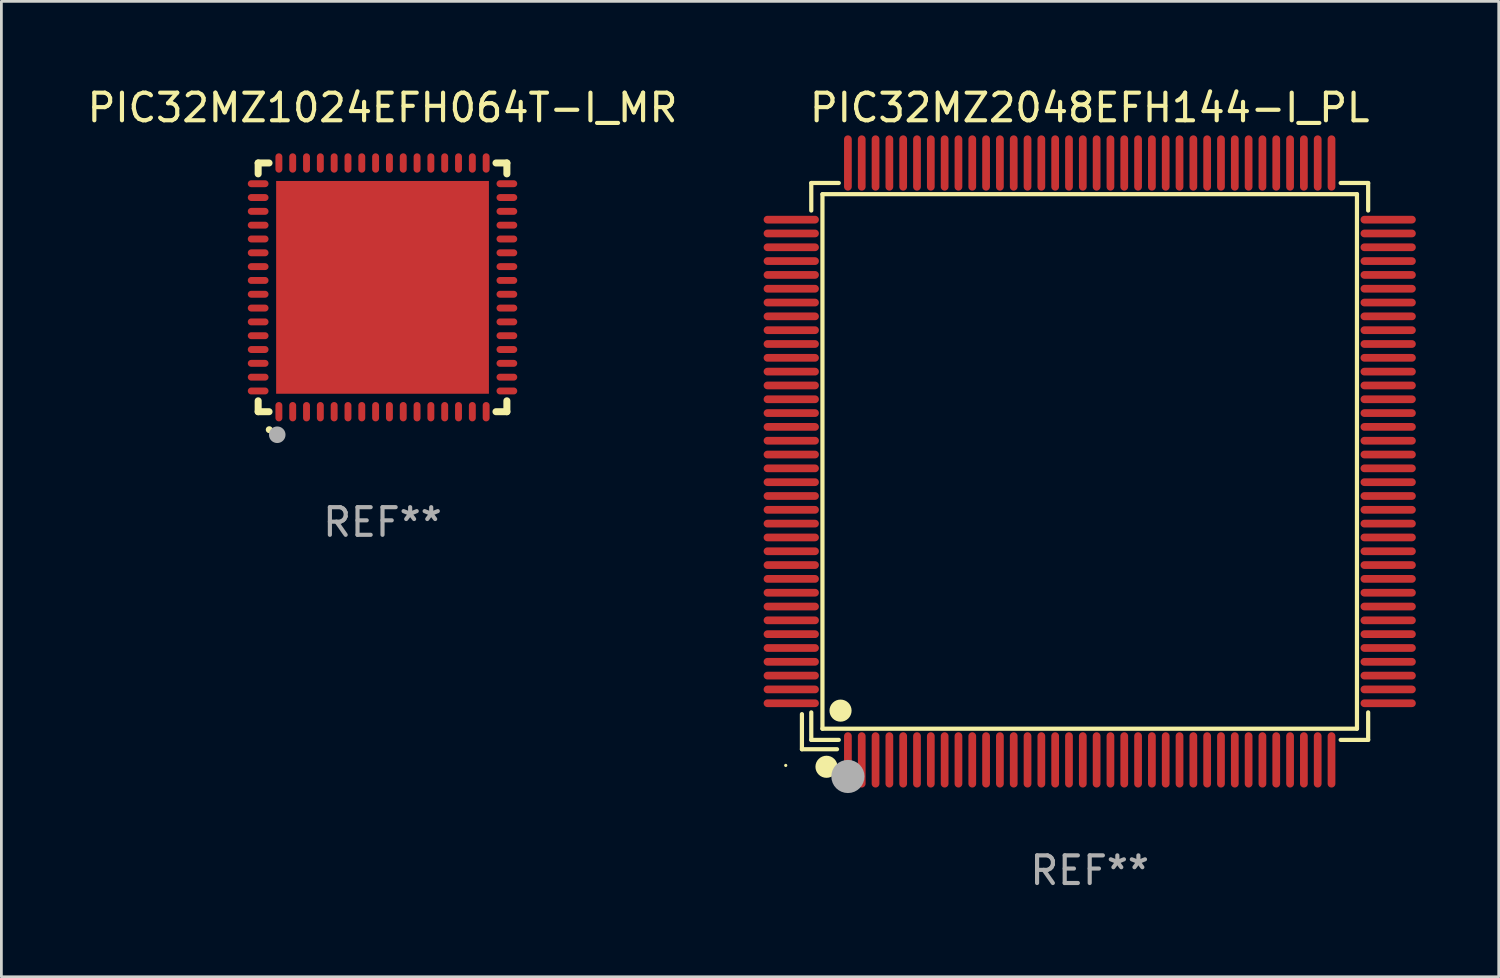
<source format=kicad_pcb>
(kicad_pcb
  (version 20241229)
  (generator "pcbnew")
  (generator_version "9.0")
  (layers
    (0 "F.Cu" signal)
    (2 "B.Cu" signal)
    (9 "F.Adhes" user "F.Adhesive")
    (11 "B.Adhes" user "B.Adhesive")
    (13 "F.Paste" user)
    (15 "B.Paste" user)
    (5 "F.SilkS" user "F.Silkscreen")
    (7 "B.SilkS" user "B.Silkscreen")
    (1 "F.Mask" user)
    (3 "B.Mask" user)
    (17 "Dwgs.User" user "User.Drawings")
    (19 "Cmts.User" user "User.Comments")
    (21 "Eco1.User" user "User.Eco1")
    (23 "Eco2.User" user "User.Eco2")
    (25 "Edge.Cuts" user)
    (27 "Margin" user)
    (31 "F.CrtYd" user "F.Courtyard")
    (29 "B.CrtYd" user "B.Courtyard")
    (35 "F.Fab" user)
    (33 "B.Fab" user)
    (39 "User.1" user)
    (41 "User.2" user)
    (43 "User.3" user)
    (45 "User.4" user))
  (footprint "PIC32MZ1024EFH064T-I_MR"
    (layer "F.Cu")
    (at 10.792 7.348)
    (property "Reference" "PIC32MZ1024EFH064T-I_MR" (at 0 -6.5 0) (layer "F.SilkS") (effects (font (size 1 1) (thickness 0.15))))
    (attr through_hole)
    (fp_line (start -4.5 -4.5) (end -4.106 -4.5) (stroke (width 0.254) (type solid)) (layer "F.SilkS"))
    (fp_line (start -4.5 -4.106) (end -4.5 -4.5) (stroke (width 0.254) (type solid)) (layer "F.SilkS"))
    (fp_line (start -4.5 4.5) (end -4.5 4.106) (stroke (width 0.254) (type solid)) (layer "F.SilkS"))
    (fp_line (start -4.106 4.5) (end -4.5 4.5) (stroke (width 0.254) (type solid)) (layer "F.SilkS"))
    (fp_line (start 4.106 -4.5) (end 4.5 -4.5) (stroke (width 0.254) (type solid)) (layer "F.SilkS"))
    (fp_line (start 4.5 -4.5) (end 4.5 -4.106) (stroke (width 0.254) (type solid)) (layer "F.SilkS"))
    (fp_line (start 4.5 4.106) (end 4.5 4.5) (stroke (width 0.254) (type solid)) (layer "F.SilkS"))
    (fp_line (start 4.5 4.5) (end 4.106 4.5) (stroke (width 0.254) (type solid)) (layer "F.SilkS"))
    (fp_arc (start -4.099987 5.149898) (mid -4.098717 5.149892) (end -4.097447 5.149898) (stroke (width 0.24892) (type solid)) (layer "F.SilkS"))
    (fp_circle (center -4.5 4.5) (end -4.47 4.5) (stroke (width 0.06) (type solid)) (fill no) (layer "F.SilkS"))
    (fp_circle (center -3.81 5.334) (end -3.66 5.334) (stroke (width 0.3) (type solid)) (fill no) (layer "F.Fab"))
    (fp_text user "REF**" (at 0 8.5 0) (layer "F.Fab") (effects (font (size 1 1) (thickness 0.15))))
    (pad "1" smd oval (at -3.75 4.5) (size 0.25 0.7) (layers "F.Cu" "F.Mask" "F.Paste"))
    (pad "2" smd oval (at -3.25 4.5) (size 0.25 0.7) (layers "F.Cu" "F.Mask" "F.Paste"))
    (pad "3" smd oval (at -2.75 4.5) (size 0.25 0.7) (layers "F.Cu" "F.Mask" "F.Paste"))
    (pad "4" smd oval (at -2.25 4.5) (size 0.25 0.7) (layers "F.Cu" "F.Mask" "F.Paste"))
    (pad "5" smd oval (at -1.75 4.5) (size 0.25 0.7) (layers "F.Cu" "F.Mask" "F.Paste"))
    (pad "6" smd oval (at -1.25 4.5) (size 0.25 0.7) (layers "F.Cu" "F.Mask" "F.Paste"))
    (pad "7" smd oval (at -0.75 4.5) (size 0.25 0.7) (layers "F.Cu" "F.Mask" "F.Paste"))
    (pad "8" smd oval (at -0.25 4.5) (size 0.25 0.7) (layers "F.Cu" "F.Mask" "F.Paste"))
    (pad "9" smd oval (at 0.25 4.5) (size 0.25 0.7) (layers "F.Cu" "F.Mask" "F.Paste"))
    (pad "10" smd oval (at 0.75 4.5) (size 0.25 0.7) (layers "F.Cu" "F.Mask" "F.Paste"))
    (pad "11" smd oval (at 1.25 4.5) (size 0.25 0.7) (layers "F.Cu" "F.Mask" "F.Paste"))
    (pad "12" smd oval (at 1.75 4.5) (size 0.25 0.7) (layers "F.Cu" "F.Mask" "F.Paste"))
    (pad "13" smd oval (at 2.25 4.5) (size 0.25 0.7) (layers "F.Cu" "F.Mask" "F.Paste"))
    (pad "14" smd oval (at 2.75 4.5) (size 0.25 0.7) (layers "F.Cu" "F.Mask" "F.Paste"))
    (pad "15" smd oval (at 3.25 4.5) (size 0.25 0.7) (layers "F.Cu" "F.Mask" "F.Paste"))
    (pad "16" smd oval (at 3.75 4.5) (size 0.25 0.7) (layers "F.Cu" "F.Mask" "F.Paste"))
    (pad "17" smd oval (at 4.5 3.75) (size 0.75 0.25) (layers "F.Cu" "F.Mask" "F.Paste"))
    (pad "18" smd oval (at 4.5 3.25) (size 0.75 0.25) (layers "F.Cu" "F.Mask" "F.Paste"))
    (pad "19" smd oval (at 4.5 2.75) (size 0.75 0.25) (layers "F.Cu" "F.Mask" "F.Paste"))
    (pad "20" smd oval (at 4.5 2.25) (size 0.75 0.25) (layers "F.Cu" "F.Mask" "F.Paste"))
    (pad "21" smd oval (at 4.5 1.75) (size 0.75 0.25) (layers "F.Cu" "F.Mask" "F.Paste"))
    (pad "22" smd oval (at 4.5 1.25) (size 0.75 0.25) (layers "F.Cu" "F.Mask" "F.Paste"))
    (pad "23" smd oval (at 4.5 0.75) (size 0.75 0.25) (layers "F.Cu" "F.Mask" "F.Paste"))
    (pad "24" smd oval (at 4.5 0.25) (size 0.75 0.25) (layers "F.Cu" "F.Mask" "F.Paste"))
    (pad "25" smd oval (at 4.5 -0.25) (size 0.75 0.25) (layers "F.Cu" "F.Mask" "F.Paste"))
    (pad "26" smd oval (at 4.5 -0.75) (size 0.75 0.25) (layers "F.Cu" "F.Mask" "F.Paste"))
    (pad "27" smd oval (at 4.5 -1.25) (size 0.75 0.25) (layers "F.Cu" "F.Mask" "F.Paste"))
    (pad "28" smd oval (at 4.5 -1.75) (size 0.75 0.25) (layers "F.Cu" "F.Mask" "F.Paste"))
    (pad "29" smd oval (at 4.5 -2.25) (size 0.75 0.25) (layers "F.Cu" "F.Mask" "F.Paste"))
    (pad "30" smd oval (at 4.5 -2.75) (size 0.75 0.25) (layers "F.Cu" "F.Mask" "F.Paste"))
    (pad "31" smd oval (at 4.5 -3.25) (size 0.75 0.25) (layers "F.Cu" "F.Mask" "F.Paste"))
    (pad "32" smd oval (at 4.5 -3.75) (size 0.75 0.25) (layers "F.Cu" "F.Mask" "F.Paste"))
    (pad "33" smd oval (at 3.75 -4.5) (size 0.25 0.7) (layers "F.Cu" "F.Mask" "F.Paste"))
    (pad "34" smd oval (at 3.25 -4.5) (size 0.25 0.7) (layers "F.Cu" "F.Mask" "F.Paste"))
    (pad "35" smd oval (at 2.75 -4.5) (size 0.25 0.7) (layers "F.Cu" "F.Mask" "F.Paste"))
    (pad "36" smd oval (at 2.25 -4.5) (size 0.25 0.7) (layers "F.Cu" "F.Mask" "F.Paste"))
    (pad "37" smd oval (at 1.75 -4.5) (size 0.25 0.7) (layers "F.Cu" "F.Mask" "F.Paste"))
    (pad "38" smd oval (at 1.25 -4.5) (size 0.25 0.7) (layers "F.Cu" "F.Mask" "F.Paste"))
    (pad "39" smd oval (at 0.75 -4.5) (size 0.25 0.7) (layers "F.Cu" "F.Mask" "F.Paste"))
    (pad "40" smd oval (at 0.25 -4.5) (size 0.25 0.7) (layers "F.Cu" "F.Mask" "F.Paste"))
    (pad "41" smd oval (at -0.25 -4.5) (size 0.25 0.7) (layers "F.Cu" "F.Mask" "F.Paste"))
    (pad "42" smd oval (at -0.75 -4.5) (size 0.25 0.7) (layers "F.Cu" "F.Mask" "F.Paste"))
    (pad "43" smd oval (at -1.25 -4.5) (size 0.25 0.7) (layers "F.Cu" "F.Mask" "F.Paste"))
    (pad "44" smd oval (at -1.75 -4.5) (size 0.25 0.7) (layers "F.Cu" "F.Mask" "F.Paste"))
    (pad "45" smd oval (at -2.25 -4.5) (size 0.25 0.7) (layers "F.Cu" "F.Mask" "F.Paste"))
    (pad "46" smd oval (at -2.75 -4.5) (size 0.25 0.7) (layers "F.Cu" "F.Mask" "F.Paste"))
    (pad "47" smd oval (at -3.25 -4.5) (size 0.25 0.7) (layers "F.Cu" "F.Mask" "F.Paste"))
    (pad "48" smd oval (at -3.75 -4.5) (size 0.25 0.7) (layers "F.Cu" "F.Mask" "F.Paste"))
    (pad "49" smd oval (at -4.5 -3.75) (size 0.75 0.25) (layers "F.Cu" "F.Mask" "F.Paste"))
    (pad "50" smd oval (at -4.5 -3.25) (size 0.75 0.25) (layers "F.Cu" "F.Mask" "F.Paste"))
    (pad "51" smd oval (at -4.5 -2.75) (size 0.75 0.25) (layers "F.Cu" "F.Mask" "F.Paste"))
    (pad "52" smd oval (at -4.5 -2.25) (size 0.75 0.25) (layers "F.Cu" "F.Mask" "F.Paste"))
    (pad "53" smd oval (at -4.5 -1.75) (size 0.75 0.25) (layers "F.Cu" "F.Mask" "F.Paste"))
    (pad "54" smd oval (at -4.5 -1.25) (size 0.75 0.25) (layers "F.Cu" "F.Mask" "F.Paste"))
    (pad "55" smd oval (at -4.5 -0.75) (size 0.75 0.25) (layers "F.Cu" "F.Mask" "F.Paste"))
    (pad "56" smd oval (at -4.5 -0.25) (size 0.75 0.25) (layers "F.Cu" "F.Mask" "F.Paste"))
    (pad "57" smd oval (at -4.5 0.25) (size 0.75 0.25) (layers "F.Cu" "F.Mask" "F.Paste"))
    (pad "58" smd oval (at -4.5 0.75) (size 0.75 0.25) (layers "F.Cu" "F.Mask" "F.Paste"))
    (pad "59" smd oval (at -4.5 1.25) (size 0.75 0.25) (layers "F.Cu" "F.Mask" "F.Paste"))
    (pad "60" smd oval (at -4.5 1.75) (size 0.75 0.25) (layers "F.Cu" "F.Mask" "F.Paste"))
    (pad "61" smd oval (at -4.5 2.25) (size 0.75 0.25) (layers "F.Cu" "F.Mask" "F.Paste"))
    (pad "62" smd oval (at -4.5 2.75) (size 0.75 0.25) (layers "F.Cu" "F.Mask" "F.Paste"))
    (pad "63" smd oval (at -4.5 3.25) (size 0.75 0.25) (layers "F.Cu" "F.Mask" "F.Paste"))
    (pad "64" smd oval (at -4.5 3.75) (size 0.75 0.25) (layers "F.Cu" "F.Mask" "F.Paste"))
    (pad "65" smd rect (at 0.000394 -0.000013) (size 7.7 7.7) (layers "F.Cu" "F.Mask" "F.Paste")))
  (footprint "PIC32MZ2048EFH144-I_PL"
    (layer "F.Cu")
    (at 36.383 13.648)
    (property "Reference" "PIC32MZ2048EFH144-I_PL" (at 0 -12.8 0) (layer "F.SilkS") (effects (font (size 1 1) (thickness 0.15))))
    (attr through_hole)
    (fp_line (start -10.414 9.144) (end -10.414 10.414) (stroke (width 0.152) (type solid)) (layer "F.SilkS"))
    (fp_line (start -10.414 10.414) (end -9.144 10.414) (stroke (width 0.152) (type solid)) (layer "F.SilkS"))
    (fp_line (start -10.076 -10.076) (end -9.08 -10.076) (stroke (width 0.152) (type solid)) (layer "F.SilkS"))
    (fp_line (start -10.076 -9.08) (end -10.076 -10.076) (stroke (width 0.152) (type solid)) (layer "F.SilkS"))
    (fp_line (start -10.076 9.081) (end -10.076 10.076) (stroke (width 0.152) (type solid)) (layer "F.SilkS"))
    (fp_line (start -10.076 10.076) (end -9.08 10.076) (stroke (width 0.152) (type solid)) (layer "F.SilkS"))
    (fp_line (start -9.671 -9.671) (end 9.671 -9.671) (stroke (width 0.152) (type solid)) (layer "F.SilkS"))
    (fp_line (start -9.671 9.671) (end -9.671 -9.671) (stroke (width 0.152) (type solid)) (layer "F.SilkS"))
    (fp_line (start 9.671 -9.671) (end 9.671 9.671) (stroke (width 0.152) (type solid)) (layer "F.SilkS"))
    (fp_line (start 9.671 9.671) (end -9.671 9.671) (stroke (width 0.152) (type solid)) (layer "F.SilkS"))
    (fp_line (start 10.076 -10.076) (end 9.081 -10.076) (stroke (width 0.152) (type solid)) (layer "F.SilkS"))
    (fp_line (start 10.076 -9.08) (end 10.076 -10.076) (stroke (width 0.152) (type solid)) (layer "F.SilkS"))
    (fp_line (start 10.076 9.081) (end 10.076 10.076) (stroke (width 0.152) (type solid)) (layer "F.SilkS"))
    (fp_line (start 10.076 10.076) (end 9.081 10.076) (stroke (width 0.152) (type solid)) (layer "F.SilkS"))
    (fp_circle (center -11 11) (end -10.97 11) (stroke (width 0.06) (type solid)) (fill no) (layer "F.SilkS"))
    (fp_circle (center -9.525 11.049) (end -9.325 11.049) (stroke (width 0.4) (type solid)) (fill no) (layer "F.SilkS"))
    (fp_circle (center -9.017 9.017) (end -8.817 9.017) (stroke (width 0.4) (type solid)) (fill no) (layer "F.SilkS"))
    (fp_circle (center -8.75 11.4) (end -8.45 11.4) (stroke (width 0.6) (type solid)) (fill no) (layer "F.Fab"))
    (fp_text user "REF**" (at 0 14.8 0) (layer "F.Fab") (effects (font (size 1 1) (thickness 0.15))))
    (pad "1" smd oval (at -8.75 10.8) (size 0.28 2) (layers "F.Cu" "F.Mask" "F.Paste"))
    (pad "2" smd oval (at -8.25 10.8) (size 0.28 2) (layers "F.Cu" "F.Mask" "F.Paste"))
    (pad "3" smd oval (at -7.75 10.8) (size 0.28 2) (layers "F.Cu" "F.Mask" "F.Paste"))
    (pad "4" smd oval (at -7.25 10.8) (size 0.28 2) (layers "F.Cu" "F.Mask" "F.Paste"))
    (pad "5" smd oval (at -6.75 10.8) (size 0.28 2) (layers "F.Cu" "F.Mask" "F.Paste"))
    (pad "6" smd oval (at -6.25 10.8) (size 0.28 2) (layers "F.Cu" "F.Mask" "F.Paste"))
    (pad "7" smd oval (at -5.75 10.8) (size 0.28 2) (layers "F.Cu" "F.Mask" "F.Paste"))
    (pad "8" smd oval (at -5.25 10.8) (size 0.28 2) (layers "F.Cu" "F.Mask" "F.Paste"))
    (pad "9" smd oval (at -4.75 10.8) (size 0.28 2) (layers "F.Cu" "F.Mask" "F.Paste"))
    (pad "10" smd oval (at -4.25 10.8) (size 0.28 2) (layers "F.Cu" "F.Mask" "F.Paste"))
    (pad "11" smd oval (at -3.75 10.8) (size 0.28 2) (layers "F.Cu" "F.Mask" "F.Paste"))
    (pad "12" smd oval (at -3.25 10.8) (size 0.28 2) (layers "F.Cu" "F.Mask" "F.Paste"))
    (pad "13" smd oval (at -2.75 10.8) (size 0.28 2) (layers "F.Cu" "F.Mask" "F.Paste"))
    (pad "14" smd oval (at -2.25 10.8) (size 0.28 2) (layers "F.Cu" "F.Mask" "F.Paste"))
    (pad "15" smd oval (at -1.75 10.8) (size 0.28 2) (layers "F.Cu" "F.Mask" "F.Paste"))
    (pad "16" smd oval (at -1.25 10.8) (size 0.28 2) (layers "F.Cu" "F.Mask" "F.Paste"))
    (pad "17" smd oval (at -0.75 10.8) (size 0.28 2) (layers "F.Cu" "F.Mask" "F.Paste"))
    (pad "18" smd oval (at -0.25 10.8) (size 0.28 2) (layers "F.Cu" "F.Mask" "F.Paste"))
    (pad "19" smd oval (at 0.25 10.8) (size 0.28 2) (layers "F.Cu" "F.Mask" "F.Paste"))
    (pad "20" smd oval (at 0.75 10.8) (size 0.28 2) (layers "F.Cu" "F.Mask" "F.Paste"))
    (pad "21" smd oval (at 1.25 10.8) (size 0.28 2) (layers "F.Cu" "F.Mask" "F.Paste"))
    (pad "22" smd oval (at 1.75 10.8) (size 0.28 2) (layers "F.Cu" "F.Mask" "F.Paste"))
    (pad "23" smd oval (at 2.25 10.8) (size 0.28 2) (layers "F.Cu" "F.Mask" "F.Paste"))
    (pad "24" smd oval (at 2.75 10.8) (size 0.28 2) (layers "F.Cu" "F.Mask" "F.Paste"))
    (pad "25" smd oval (at 3.25 10.8) (size 0.28 2) (layers "F.Cu" "F.Mask" "F.Paste"))
    (pad "26" smd oval (at 3.75 10.8) (size 0.28 2) (layers "F.Cu" "F.Mask" "F.Paste"))
    (pad "27" smd oval (at 4.25 10.8) (size 0.28 2) (layers "F.Cu" "F.Mask" "F.Paste"))
    (pad "28" smd oval (at 4.75 10.8) (size 0.28 2) (layers "F.Cu" "F.Mask" "F.Paste"))
    (pad "29" smd oval (at 5.25 10.8) (size 0.28 2) (layers "F.Cu" "F.Mask" "F.Paste"))
    (pad "30" smd oval (at 5.75 10.8) (size 0.28 2) (layers "F.Cu" "F.Mask" "F.Paste"))
    (pad "31" smd oval (at 6.25 10.8) (size 0.28 2) (layers "F.Cu" "F.Mask" "F.Paste"))
    (pad "32" smd oval (at 6.75 10.8) (size 0.28 2) (layers "F.Cu" "F.Mask" "F.Paste"))
    (pad "33" smd oval (at 7.25 10.8) (size 0.28 2) (layers "F.Cu" "F.Mask" "F.Paste"))
    (pad "34" smd oval (at 7.75 10.8) (size 0.28 2) (layers "F.Cu" "F.Mask" "F.Paste"))
    (pad "35" smd oval (at 8.25 10.8) (size 0.28 2) (layers "F.Cu" "F.Mask" "F.Paste"))
    (pad "36" smd oval (at 8.75 10.8) (size 0.28 2) (layers "F.Cu" "F.Mask" "F.Paste"))
    (pad "37" smd oval (at 10.8 8.75) (size 2 0.28) (layers "F.Cu" "F.Mask" "F.Paste"))
    (pad "38" smd oval (at 10.8 8.25) (size 2 0.28) (layers "F.Cu" "F.Mask" "F.Paste"))
    (pad "39" smd oval (at 10.8 7.75) (size 2 0.28) (layers "F.Cu" "F.Mask" "F.Paste"))
    (pad "40" smd oval (at 10.8 7.25) (size 2 0.28) (layers "F.Cu" "F.Mask" "F.Paste"))
    (pad "41" smd oval (at 10.8 6.75) (size 2 0.28) (layers "F.Cu" "F.Mask" "F.Paste"))
    (pad "42" smd oval (at 10.8 6.25) (size 2 0.28) (layers "F.Cu" "F.Mask" "F.Paste"))
    (pad "43" smd oval (at 10.8 5.75) (size 2 0.28) (layers "F.Cu" "F.Mask" "F.Paste"))
    (pad "44" smd oval (at 10.8 5.25) (size 2 0.28) (layers "F.Cu" "F.Mask" "F.Paste"))
    (pad "45" smd oval (at 10.8 4.75) (size 2 0.28) (layers "F.Cu" "F.Mask" "F.Paste"))
    (pad "46" smd oval (at 10.8 4.25) (size 2 0.28) (layers "F.Cu" "F.Mask" "F.Paste"))
    (pad "47" smd oval (at 10.8 3.75) (size 2 0.28) (layers "F.Cu" "F.Mask" "F.Paste"))
    (pad "48" smd oval (at 10.8 3.25) (size 2 0.28) (layers "F.Cu" "F.Mask" "F.Paste"))
    (pad "49" smd oval (at 10.8 2.75) (size 2 0.28) (layers "F.Cu" "F.Mask" "F.Paste"))
    (pad "50" smd oval (at 10.8 2.25) (size 2 0.28) (layers "F.Cu" "F.Mask" "F.Paste"))
    (pad "51" smd oval (at 10.8 1.75) (size 2 0.28) (layers "F.Cu" "F.Mask" "F.Paste"))
    (pad "52" smd oval (at 10.8 1.25) (size 2 0.28) (layers "F.Cu" "F.Mask" "F.Paste"))
    (pad "53" smd oval (at 10.8 0.75) (size 2 0.28) (layers "F.Cu" "F.Mask" "F.Paste"))
    (pad "54" smd oval (at 10.8 0.25) (size 2 0.28) (layers "F.Cu" "F.Mask" "F.Paste"))
    (pad "55" smd oval (at 10.8 -0.25) (size 2 0.28) (layers "F.Cu" "F.Mask" "F.Paste"))
    (pad "56" smd oval (at 10.8 -0.75) (size 2 0.28) (layers "F.Cu" "F.Mask" "F.Paste"))
    (pad "57" smd oval (at 10.8 -1.25) (size 2 0.28) (layers "F.Cu" "F.Mask" "F.Paste"))
    (pad "58" smd oval (at 10.8 -1.75) (size 2 0.28) (layers "F.Cu" "F.Mask" "F.Paste"))
    (pad "59" smd oval (at 10.8 -2.25) (size 2 0.28) (layers "F.Cu" "F.Mask" "F.Paste"))
    (pad "60" smd oval (at 10.8 -2.75) (size 2 0.28) (layers "F.Cu" "F.Mask" "F.Paste"))
    (pad "61" smd oval (at 10.8 -3.25) (size 2 0.28) (layers "F.Cu" "F.Mask" "F.Paste"))
    (pad "62" smd oval (at 10.8 -3.75) (size 2 0.28) (layers "F.Cu" "F.Mask" "F.Paste"))
    (pad "63" smd oval (at 10.8 -4.25) (size 2 0.28) (layers "F.Cu" "F.Mask" "F.Paste"))
    (pad "64" smd oval (at 10.8 -4.75) (size 2 0.28) (layers "F.Cu" "F.Mask" "F.Paste"))
    (pad "65" smd oval (at 10.8 -5.25) (size 2 0.28) (layers "F.Cu" "F.Mask" "F.Paste"))
    (pad "66" smd oval (at 10.8 -5.75) (size 2 0.28) (layers "F.Cu" "F.Mask" "F.Paste"))
    (pad "67" smd oval (at 10.8 -6.25) (size 2 0.28) (layers "F.Cu" "F.Mask" "F.Paste"))
    (pad "68" smd oval (at 10.8 -6.75) (size 2 0.28) (layers "F.Cu" "F.Mask" "F.Paste"))
    (pad "69" smd oval (at 10.8 -7.25) (size 2 0.28) (layers "F.Cu" "F.Mask" "F.Paste"))
    (pad "70" smd oval (at 10.8 -7.75) (size 2 0.28) (layers "F.Cu" "F.Mask" "F.Paste"))
    (pad "71" smd oval (at 10.8 -8.25) (size 2 0.28) (layers "F.Cu" "F.Mask" "F.Paste"))
    (pad "72" smd oval (at 10.8 -8.75) (size 2 0.28) (layers "F.Cu" "F.Mask" "F.Paste"))
    (pad "73" smd oval (at 8.75 -10.8) (size 0.28 2) (layers "F.Cu" "F.Mask" "F.Paste"))
    (pad "74" smd oval (at 8.25 -10.8) (size 0.28 2) (layers "F.Cu" "F.Mask" "F.Paste"))
    (pad "75" smd oval (at 7.75 -10.8) (size 0.28 2) (layers "F.Cu" "F.Mask" "F.Paste"))
    (pad "76" smd oval (at 7.25 -10.8) (size 0.28 2) (layers "F.Cu" "F.Mask" "F.Paste"))
    (pad "77" smd oval (at 6.75 -10.8) (size 0.28 2) (layers "F.Cu" "F.Mask" "F.Paste"))
    (pad "78" smd oval (at 6.25 -10.8) (size 0.28 2) (layers "F.Cu" "F.Mask" "F.Paste"))
    (pad "79" smd oval (at 5.75 -10.8) (size 0.28 2) (layers "F.Cu" "F.Mask" "F.Paste"))
    (pad "80" smd oval (at 5.25 -10.8) (size 0.28 2) (layers "F.Cu" "F.Mask" "F.Paste"))
    (pad "81" smd oval (at 4.75 -10.8) (size 0.28 2) (layers "F.Cu" "F.Mask" "F.Paste"))
    (pad "82" smd oval (at 4.25 -10.8) (size 0.28 2) (layers "F.Cu" "F.Mask" "F.Paste"))
    (pad "83" smd oval (at 3.75 -10.8) (size 0.28 2) (layers "F.Cu" "F.Mask" "F.Paste"))
    (pad "84" smd oval (at 3.25 -10.8) (size 0.28 2) (layers "F.Cu" "F.Mask" "F.Paste"))
    (pad "85" smd oval (at 2.75 -10.8) (size 0.28 2) (layers "F.Cu" "F.Mask" "F.Paste"))
    (pad "86" smd oval (at 2.25 -10.8) (size 0.28 2) (layers "F.Cu" "F.Mask" "F.Paste"))
    (pad "87" smd oval (at 1.75 -10.8) (size 0.28 2) (layers "F.Cu" "F.Mask" "F.Paste"))
    (pad "88" smd oval (at 1.25 -10.8) (size 0.28 2) (layers "F.Cu" "F.Mask" "F.Paste"))
    (pad "89" smd oval (at 0.75 -10.8) (size 0.28 2) (layers "F.Cu" "F.Mask" "F.Paste"))
    (pad "90" smd oval (at 0.25 -10.8) (size 0.28 2) (layers "F.Cu" "F.Mask" "F.Paste"))
    (pad "91" smd oval (at -0.25 -10.8) (size 0.28 2) (layers "F.Cu" "F.Mask" "F.Paste"))
    (pad "92" smd oval (at -0.75 -10.8) (size 0.28 2) (layers "F.Cu" "F.Mask" "F.Paste"))
    (pad "93" smd oval (at -1.25 -10.8) (size 0.28 2) (layers "F.Cu" "F.Mask" "F.Paste"))
    (pad "94" smd oval (at -1.75 -10.8) (size 0.28 2) (layers "F.Cu" "F.Mask" "F.Paste"))
    (pad "95" smd oval (at -2.25 -10.8) (size 0.28 2) (layers "F.Cu" "F.Mask" "F.Paste"))
    (pad "96" smd oval (at -2.75 -10.8) (size 0.28 2) (layers "F.Cu" "F.Mask" "F.Paste"))
    (pad "97" smd oval (at -3.25 -10.8) (size 0.28 2) (layers "F.Cu" "F.Mask" "F.Paste"))
    (pad "98" smd oval (at -3.75 -10.8) (size 0.28 2) (layers "F.Cu" "F.Mask" "F.Paste"))
    (pad "99" smd oval (at -4.25 -10.8) (size 0.28 2) (layers "F.Cu" "F.Mask" "F.Paste"))
    (pad "100" smd oval (at -4.75 -10.8) (size 0.28 2) (layers "F.Cu" "F.Mask" "F.Paste"))
    (pad "101" smd oval (at -5.25 -10.8) (size 0.28 2) (layers "F.Cu" "F.Mask" "F.Paste"))
    (pad "102" smd oval (at -5.75 -10.8) (size 0.28 2) (layers "F.Cu" "F.Mask" "F.Paste"))
    (pad "103" smd oval (at -6.25 -10.8) (size 0.28 2) (layers "F.Cu" "F.Mask" "F.Paste"))
    (pad "104" smd oval (at -6.75 -10.8) (size 0.28 2) (layers "F.Cu" "F.Mask" "F.Paste"))
    (pad "105" smd oval (at -7.25 -10.8) (size 0.28 2) (layers "F.Cu" "F.Mask" "F.Paste"))
    (pad "106" smd oval (at -7.75 -10.8) (size 0.28 2) (layers "F.Cu" "F.Mask" "F.Paste"))
    (pad "107" smd oval (at -8.25 -10.8) (size 0.28 2) (layers "F.Cu" "F.Mask" "F.Paste"))
    (pad "108" smd oval (at -8.75 -10.8) (size 0.28 2) (layers "F.Cu" "F.Mask" "F.Paste"))
    (pad "109" smd oval (at -10.8 -8.75) (size 2 0.28) (layers "F.Cu" "F.Mask" "F.Paste"))
    (pad "110" smd oval (at -10.8 -8.25) (size 2 0.28) (layers "F.Cu" "F.Mask" "F.Paste"))
    (pad "111" smd oval (at -10.8 -7.75) (size 2 0.28) (layers "F.Cu" "F.Mask" "F.Paste"))
    (pad "112" smd oval (at -10.8 -7.25) (size 2 0.28) (layers "F.Cu" "F.Mask" "F.Paste"))
    (pad "113" smd oval (at -10.8 -6.75) (size 2 0.28) (layers "F.Cu" "F.Mask" "F.Paste"))
    (pad "114" smd oval (at -10.8 -6.25) (size 2 0.28) (layers "F.Cu" "F.Mask" "F.Paste"))
    (pad "115" smd oval (at -10.8 -5.75) (size 2 0.28) (layers "F.Cu" "F.Mask" "F.Paste"))
    (pad "116" smd oval (at -10.8 -5.25) (size 2 0.28) (layers "F.Cu" "F.Mask" "F.Paste"))
    (pad "117" smd oval (at -10.8 -4.75) (size 2 0.28) (layers "F.Cu" "F.Mask" "F.Paste"))
    (pad "118" smd oval (at -10.8 -4.25) (size 2 0.28) (layers "F.Cu" "F.Mask" "F.Paste"))
    (pad "119" smd oval (at -10.8 -3.75) (size 2 0.28) (layers "F.Cu" "F.Mask" "F.Paste"))
    (pad "120" smd oval (at -10.8 -3.25) (size 2 0.28) (layers "F.Cu" "F.Mask" "F.Paste"))
    (pad "121" smd oval (at -10.8 -2.75) (size 2 0.28) (layers "F.Cu" "F.Mask" "F.Paste"))
    (pad "122" smd oval (at -10.8 -2.25) (size 2 0.28) (layers "F.Cu" "F.Mask" "F.Paste"))
    (pad "123" smd oval (at -10.8 -1.75) (size 2 0.28) (layers "F.Cu" "F.Mask" "F.Paste"))
    (pad "124" smd oval (at -10.8 -1.25) (size 2 0.28) (layers "F.Cu" "F.Mask" "F.Paste"))
    (pad "125" smd oval (at -10.8 -0.75) (size 2 0.28) (layers "F.Cu" "F.Mask" "F.Paste"))
    (pad "126" smd oval (at -10.8 -0.25) (size 2 0.28) (layers "F.Cu" "F.Mask" "F.Paste"))
    (pad "127" smd oval (at -10.8 0.25) (size 2 0.28) (layers "F.Cu" "F.Mask" "F.Paste"))
    (pad "128" smd oval (at -10.8 0.75) (size 2 0.28) (layers "F.Cu" "F.Mask" "F.Paste"))
    (pad "129" smd oval (at -10.8 1.25) (size 2 0.28) (layers "F.Cu" "F.Mask" "F.Paste"))
    (pad "130" smd oval (at -10.8 1.75) (size 2 0.28) (layers "F.Cu" "F.Mask" "F.Paste"))
    (pad "131" smd oval (at -10.8 2.25) (size 2 0.28) (layers "F.Cu" "F.Mask" "F.Paste"))
    (pad "132" smd oval (at -10.8 2.75) (size 2 0.28) (layers "F.Cu" "F.Mask" "F.Paste"))
    (pad "133" smd oval (at -10.8 3.25) (size 2 0.28) (layers "F.Cu" "F.Mask" "F.Paste"))
    (pad "134" smd oval (at -10.8 3.75) (size 2 0.28) (layers "F.Cu" "F.Mask" "F.Paste"))
    (pad "135" smd oval (at -10.8 4.25) (size 2 0.28) (layers "F.Cu" "F.Mask" "F.Paste"))
    (pad "136" smd oval (at -10.8 4.75) (size 2 0.28) (layers "F.Cu" "F.Mask" "F.Paste"))
    (pad "137" smd oval (at -10.8 5.25) (size 2 0.28) (layers "F.Cu" "F.Mask" "F.Paste"))
    (pad "138" smd oval (at -10.8 5.75) (size 2 0.28) (layers "F.Cu" "F.Mask" "F.Paste"))
    (pad "139" smd oval (at -10.8 6.25) (size 2 0.28) (layers "F.Cu" "F.Mask" "F.Paste"))
    (pad "140" smd oval (at -10.8 6.75) (size 2 0.28) (layers "F.Cu" "F.Mask" "F.Paste"))
    (pad "141" smd oval (at -10.8 7.25) (size 2 0.28) (layers "F.Cu" "F.Mask" "F.Paste"))
    (pad "142" smd oval (at -10.8 7.75) (size 2 0.28) (layers "F.Cu" "F.Mask" "F.Paste"))
    (pad "143" smd oval (at -10.8 8.25) (size 2 0.28) (layers "F.Cu" "F.Mask" "F.Paste"))
    (pad "144" smd oval (at -10.8 8.75) (size 2 0.28) (layers "F.Cu" "F.Mask" "F.Paste")))
  (gr_rect
    (start -3 -3)
    (end 51.184 32.297)
    (stroke (width 0.1) (type default))
    (fill no)
    (layer "Edge.Cuts")))
</source>
